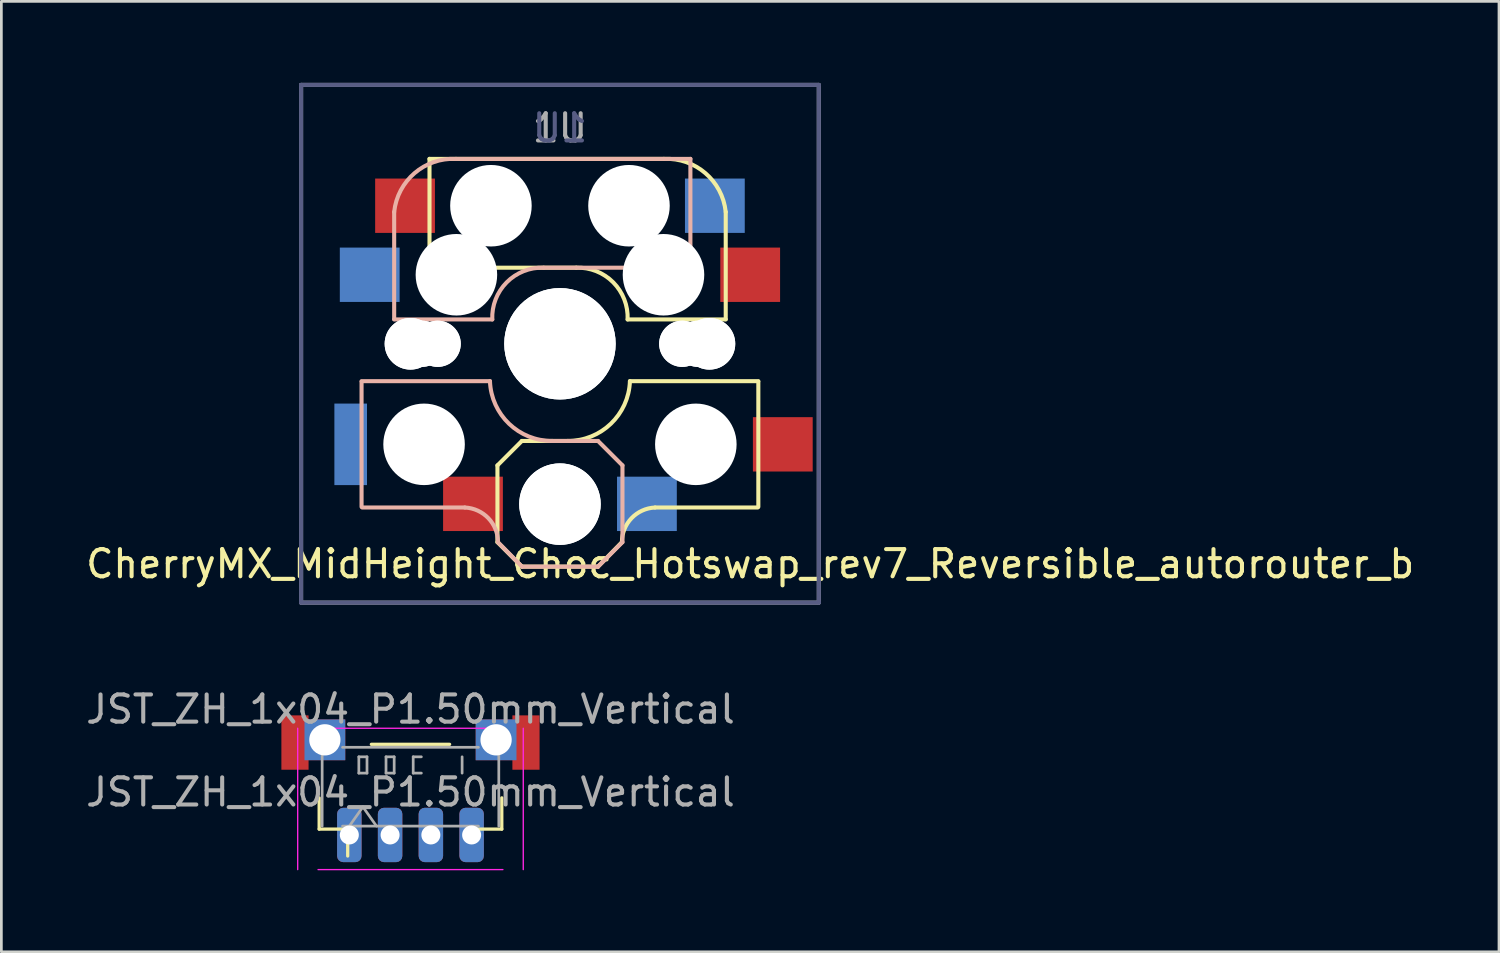
<source format=kicad_pcb>
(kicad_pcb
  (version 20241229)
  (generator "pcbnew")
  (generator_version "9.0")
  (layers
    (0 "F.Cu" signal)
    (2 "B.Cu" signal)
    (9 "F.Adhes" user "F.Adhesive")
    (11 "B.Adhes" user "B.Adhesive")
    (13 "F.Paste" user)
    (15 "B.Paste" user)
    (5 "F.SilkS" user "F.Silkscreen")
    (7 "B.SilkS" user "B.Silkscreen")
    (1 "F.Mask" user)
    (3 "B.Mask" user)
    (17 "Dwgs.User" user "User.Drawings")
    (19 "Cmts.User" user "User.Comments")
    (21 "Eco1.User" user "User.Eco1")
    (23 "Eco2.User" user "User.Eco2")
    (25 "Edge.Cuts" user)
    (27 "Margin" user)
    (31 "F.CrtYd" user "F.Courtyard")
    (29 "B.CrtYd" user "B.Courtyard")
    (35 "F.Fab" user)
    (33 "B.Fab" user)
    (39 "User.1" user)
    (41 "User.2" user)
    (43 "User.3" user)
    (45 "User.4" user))
  (footprint "JST_ZH_1x04_P1.50mm_Vertical"
    (layer "F.Cu")
    (at 12.054 26.673)
    (property "Reference" "JST_ZH_1x04_P1.50mm_Vertical" (at 0 -3.625 0) (layer "F.Fab") (effects (font (size 1 1) (thickness 0.15))))
    (attr smd)
    (fp_line (start -3.36 -0.365) (end -3.36 0.785) (stroke (width 0.12) (type solid)) (layer "F.SilkS"))
    (fp_line (start -3.36 0.785) (end -2.31 0.785) (stroke (width 0.12) (type solid)) (layer "F.SilkS"))
    (fp_line (start -2.31 0.785) (end -2.31 1.775) (stroke (width 0.12) (type solid)) (layer "F.SilkS"))
    (fp_line (start -1.44 -2.335) (end 1.44 -2.335) (stroke (width 0.12) (type solid)) (layer "F.SilkS"))
    (fp_line (start 3.36 -0.365) (end 3.36 0.785) (stroke (width 0.12) (type solid)) (layer "F.SilkS"))
    (fp_line (start 3.36 0.785) (end 2.31 0.785) (stroke (width 0.12) (type solid)) (layer "F.SilkS"))
    (fp_line (start -4.15 -2.925) (end -4.15 2.275) (stroke (width 0.05) (type solid)) (layer "F.CrtYd"))
    (fp_line (start -3.4 2.275) (end 3.4 2.275) (stroke (width 0.05) (type solid)) (layer "F.CrtYd"))
    (fp_line (start 3.4 -2.925) (end -3.4 -2.925) (stroke (width 0.05) (type solid)) (layer "F.CrtYd"))
    (fp_line (start 4.15 2.275) (end 4.15 -2.925) (stroke (width 0.05) (type solid)) (layer "F.CrtYd"))
    (fp_line (start -3.25 0.675) (end -3.25 -2.225) (stroke (width 0.1) (type solid)) (layer "F.Fab"))
    (fp_line (start -2.5 -2.225) (end 2.5 -2.225) (stroke (width 0.1) (type solid)) (layer "F.Fab"))
    (fp_line (start -2.5 0.675) (end 2.5 0.675) (stroke (width 0.1) (type solid)) (layer "F.Fab"))
    (fp_line (start -2.25 0.675) (end -1.75 -0.032) (stroke (width 0.1) (type solid)) (layer "F.Fab"))
    (fp_line (start -1.9 -1.875) (end -1.9 -1.275) (stroke (width 0.1) (type solid)) (layer "F.Fab"))
    (fp_line (start -1.9 -1.275) (end -1.6 -1.275) (stroke (width 0.1) (type solid)) (layer "F.Fab"))
    (fp_line (start -1.75 -0.032) (end -1.25 0.675) (stroke (width 0.1) (type solid)) (layer "F.Fab"))
    (fp_line (start -1.6 -1.875) (end -1.9 -1.875) (stroke (width 0.1) (type solid)) (layer "F.Fab"))
    (fp_line (start -1.6 -1.275) (end -1.6 -1.875) (stroke (width 0.1) (type solid)) (layer "F.Fab"))
    (fp_line (start -0.9 -1.875) (end -0.9 -1.275) (stroke (width 0.1) (type solid)) (layer "F.Fab"))
    (fp_line (start -0.9 -1.275) (end -0.6 -1.275) (stroke (width 0.1) (type solid)) (layer "F.Fab"))
    (fp_line (start -0.6 -1.875) (end -0.9 -1.875) (stroke (width 0.1) (type solid)) (layer "F.Fab"))
    (fp_line (start -0.6 -1.275) (end -0.6 -1.875) (stroke (width 0.1) (type solid)) (layer "F.Fab"))
    (fp_line (start 0.1 -1.875) (end 0.1 -1.275) (stroke (width 0.1) (type solid)) (layer "F.Fab"))
    (fp_line (start 0.1 -1.275) (end 0.4 -1.275) (stroke (width 0.1) (type solid)) (layer "F.Fab"))
    (fp_line (start 0.4 -1.875) (end 0.1 -1.875) (stroke (width 0.1) (type solid)) (layer "F.Fab"))
    (fp_line (start 1.9 -1.275) (end 1.9 -1.875) (stroke (width 0.1) (type solid)) (layer "F.Fab"))
    (fp_line (start 3.25 0.675) (end 3.25 -2.225) (stroke (width 0.1) (type solid)) (layer "F.Fab"))
    (fp_text user "${REFERENCE}" (at 0 -0.575 0) (layer "F.Fab") (effects (font (size 1 1) (thickness 0.15))))
    (pad "1" thru_hole roundrect (at -2.25 1) (size 0.9 2) (drill 0.7) (layers "*.Cu" "*.Mask") (roundrect_rratio 0.25))
    (pad "2" thru_hole roundrect (at -0.75 1) (size 0.9 2) (drill 0.7) (layers "*.Cu" "*.Mask") (roundrect_rratio 0.25))
    (pad "3" thru_hole roundrect (at 0.75 1) (size 0.9 2) (drill 0.7) (layers "*.Cu" "*.Mask") (roundrect_rratio 0.25))
    (pad "4" thru_hole roundrect (at 2.25 1) (size 0.9 2) (drill 0.7) (layers "*.Cu" "*.Mask") (roundrect_rratio 0.25))
    (pad "MP" smd rect (at -4.25 -2.4) (size 1 2) (layers "F.Cu" "F.Mask" "F.Paste"))
    (pad "MP" thru_hole rect (at -3.15 -2.5) (size 1.5 1.5) (drill 1.15) (layers "*.Cu" "*.Mask"))
    (pad "MP" thru_hole rect (at 3.15 -2.5) (size 1.5 1.5) (drill 1.15) (layers "*.Cu" "*.Mask"))
    (pad "MP" smd rect (at 4.25 -2.4) (size 1 2) (layers "F.Cu" "F.Mask" "F.Paste")))
  (footprint "CherryMX_MidHeight_Choc_Hotswap_rev7_Reversible_autorouter_b"
    (layer "F.Cu")
    (at 17.554 9.6)
    (property "Reference" "CherryMX_MidHeight_Choc_Hotswap_rev7_Reversible_autorouter_b" (at 7 8.1 0) (layer "F.SilkS") (effects (font (size 1 1) (thickness 0.15))))
    (fp_line (start -4.8 -6.804) (end 3.825 -6.804) (stroke (width 0.15) (type solid)) (layer "F.SilkS"))
    (fp_line (start -4.8 -2.8) (end -4.8 -6.804) (stroke (width 0.15) (type solid)) (layer "F.SilkS"))
    (fp_line (start -4.8 -2.8) (end 0.6 -2.8) (stroke (width 0.15) (type solid)) (layer "F.SilkS"))
    (fp_line (start -2.3 4.475) (end -2.3 7.3) (stroke (width 0.15) (type solid)) (layer "F.SilkS"))
    (fp_line (start -2.3 4.475) (end -1.4 3.575) (stroke (width 0.15) (type solid)) (layer "F.SilkS"))
    (fp_line (start -2.3 7.3) (end -1.4 8.2) (stroke (width 0.15) (type solid)) (layer "F.SilkS"))
    (fp_line (start -1.4 3.575) (end 0.275 3.575) (stroke (width 0.15) (type solid)) (layer "F.SilkS"))
    (fp_line (start -1.4 8.2) (end 1.4 8.2) (stroke (width 0.15) (type solid)) (layer "F.SilkS"))
    (fp_line (start 2.28 7.3) (end 1.4 8.2) (stroke (width 0.15) (type solid)) (layer "F.SilkS"))
    (fp_line (start 2.575 1.375) (end 7.3 1.375) (stroke (width 0.15) (type solid)) (layer "F.SilkS"))
    (fp_line (start 3.5 6.025) (end 7.275 6.025) (stroke (width 0.15) (type solid)) (layer "F.SilkS"))
    (fp_line (start 6.1 -4.85) (end 6.1 -0.905) (stroke (width 0.15) (type solid)) (layer "F.SilkS"))
    (fp_line (start 6.1 -0.896) (end 2.49 -0.896) (stroke (width 0.15) (type solid)) (layer "F.SilkS"))
    (fp_line (start 7.3 1.4) (end 7.3 6) (stroke (width 0.15) (type solid)) (layer "F.SilkS"))
    (fp_arc (start 0.6 -2.8) (mid 1.960305 -2.260251) (end 2.49 -0.896) (stroke (width 0.15) (type solid)) (layer "F.SilkS"))
    (fp_arc (start 2.28 7.3) (mid 2.633993 6.417536) (end 3.5 6.025) (stroke (width 0.15) (type solid)) (layer "F.SilkS"))
    (fp_arc (start 2.575 1.375) (mid 1.872559 2.942903) (end 0.275 3.575) (stroke (width 0.15) (type solid)) (layer "F.SilkS"))
    (fp_arc (start 3.825 -6.804) (mid 5.3507 -6.278973) (end 6.1 -4.85) (stroke (width 0.15) (type solid)) (layer "F.SilkS"))
    (fp_line (start -7.3 1.4) (end -7.3 6) (stroke (width 0.15) (type solid)) (layer "B.SilkS"))
    (fp_line (start -6.1 -4.85) (end -6.1 -0.905) (stroke (width 0.15) (type solid)) (layer "B.SilkS"))
    (fp_line (start -6.1 -0.896) (end -2.49 -0.896) (stroke (width 0.15) (type solid)) (layer "B.SilkS"))
    (fp_line (start -3.5 6.025) (end -7.275 6.025) (stroke (width 0.15) (type solid)) (layer "B.SilkS"))
    (fp_line (start -2.575 1.375) (end -7.3 1.375) (stroke (width 0.15) (type solid)) (layer "B.SilkS"))
    (fp_line (start -2.28 7.3) (end -1.4 8.2) (stroke (width 0.15) (type solid)) (layer "B.SilkS"))
    (fp_line (start 1.4 3.575) (end -0.275 3.575) (stroke (width 0.15) (type solid)) (layer "B.SilkS"))
    (fp_line (start 1.4 3.575) (end 2.3 4.475) (stroke (width 0.15) (type solid)) (layer "B.SilkS"))
    (fp_line (start 1.4 8.2) (end -1.4 8.2) (stroke (width 0.15) (type solid)) (layer "B.SilkS"))
    (fp_line (start 2.3 4.475) (end 2.3 7.3) (stroke (width 0.15) (type solid)) (layer "B.SilkS"))
    (fp_line (start 2.3 7.3) (end 1.4 8.2) (stroke (width 0.15) (type solid)) (layer "B.SilkS"))
    (fp_line (start 4.8 -6.804) (end -3.825 -6.804) (stroke (width 0.15) (type solid)) (layer "B.SilkS"))
    (fp_line (start 4.8 -2.8) (end -0.6 -2.8) (stroke (width 0.15) (type solid)) (layer "B.SilkS"))
    (fp_line (start 4.8 -2.8) (end 4.8 -6.804) (stroke (width 0.15) (type solid)) (layer "B.SilkS"))
    (fp_arc (start -6.1 -4.85) (mid -5.3507 -6.278973) (end -3.825 -6.804) (stroke (width 0.15) (type solid)) (layer "B.SilkS"))
    (fp_arc (start -3.5 6.025) (mid -2.633993 6.417536) (end -2.28 7.3) (stroke (width 0.15) (type solid)) (layer "B.SilkS"))
    (fp_arc (start -2.49 -0.896) (mid -1.960305 -2.260251) (end -0.6 -2.8) (stroke (width 0.15) (type solid)) (layer "B.SilkS"))
    (fp_arc (start -0.275 3.575) (mid -1.872559 2.942903) (end -2.575 1.375) (stroke (width 0.15) (type solid)) (layer "B.SilkS"))
    (fp_line (start -9.525 -9.525) (end -9.525 9.525) (stroke (width 0.15) (type solid)) (layer "B.Fab"))
    (fp_line (start -9.525 9.525) (end 9.525 9.525) (stroke (width 0.15) (type solid)) (layer "B.Fab"))
    (fp_line (start 9.525 -9.525) (end -9.525 -9.525) (stroke (width 0.15) (type solid)) (layer "B.Fab"))
    (fp_line (start 9.525 9.525) (end 9.525 -9.525) (stroke (width 0.15) (type solid)) (layer "B.Fab"))
    (fp_line (start -9.525 -9.525) (end 9.525 -9.525) (stroke (width 0.15) (type solid)) (layer "F.Fab"))
    (fp_line (start -9.525 9.525) (end -9.525 -9.525) (stroke (width 0.15) (type solid)) (layer "F.Fab"))
    (fp_line (start 9.525 -9.525) (end 9.525 9.525) (stroke (width 0.15) (type solid)) (layer "F.Fab"))
    (fp_line (start 9.525 9.525) (end -9.525 9.525) (stroke (width 0.15) (type solid)) (layer "F.Fab"))
    (fp_text user "1U" (at 0 -7.938 0) (layer "B.Fab") (effects (font (size 1 1) (thickness 0.15)) (justify mirror)))
    (fp_text user "1U" (at 0 -7.938 0) (layer "F.Fab") (effects (font (size 1 1) (thickness 0.15))))
    (pad "" np_thru_hole circle (at -5.5 0 270) (size 1.9 1.9) (drill 1.9) (layers "*.Cu" "*.Mask"))
    (pad "" np_thru_hole circle (at -5.5 0 90) (size 1.9 1.9) (drill 1.9) (layers "*.Cu" "*.Mask"))
    (pad "" np_thru_hole circle (at -5.08 0) (size 1.7 1.7) (drill 1.7) (layers "*.Cu" "*.Mask"))
    (pad "" np_thru_hole circle (at -5.08 0) (size 1.7 1.7) (drill 1.7) (layers "*.Cu" "*.Mask"))
    (pad "" np_thru_hole circle (at -5 3.7 90) (size 3 3) (drill 3) (layers "*.Cu" "*.Mask"))
    (pad "" np_thru_hole circle (at -4.5 0) (size 1.7 1.7) (drill 1.7) (layers "*.Cu" "*.Mask"))
    (pad "" np_thru_hole circle (at -4.5 0) (size 1.7 1.7) (drill 1.7) (layers "*.Cu" "*.Mask"))
    (pad "" np_thru_hole circle (at -3.81 -2.54 180) (size 3 3) (drill 3) (layers "*.Cu" "*.Mask"))
    (pad "" np_thru_hole circle (at -2.54 -5.08 180) (size 3 3) (drill 3) (layers "*.Cu" "*.Mask"))
    (pad "" np_thru_hole circle (at 0 0 270) (size 4.1 4.1) (drill 4.1) (layers "*.Cu" "*.Mask"))
    (pad "" np_thru_hole circle (at 0 0 90) (size 4.1 4.1) (drill 4.1) (layers "*.Cu" "*.Mask"))
    (pad "" np_thru_hole circle (at 0 5.9 90) (size 3 3) (drill 3) (layers "*.Cu" "*.Mask"))
    (pad "" np_thru_hole circle (at 0 5.9 270) (size 3 3) (drill 3) (layers "*.Cu" "*.Mask"))
    (pad "" np_thru_hole circle (at 2.54 -5.08 180) (size 3 3) (drill 3) (layers "*.Cu" "*.Mask"))
    (pad "" np_thru_hole circle (at 3.81 -2.54 180) (size 3 3) (drill 3) (layers "*.Cu" "*.Mask"))
    (pad "" np_thru_hole circle (at 4.5 0) (size 1.7 1.7) (drill 1.7) (layers "*.Cu" "*.Mask"))
    (pad "" np_thru_hole circle (at 4.5 0) (size 1.7 1.7) (drill 1.7) (layers "*.Cu" "*.Mask"))
    (pad "" np_thru_hole circle (at 5 3.7 270) (size 3 3) (drill 3) (layers "*.Cu" "*.Mask"))
    (pad "" np_thru_hole circle (at 5.08 0) (size 1.7 1.7) (drill 1.7) (layers "*.Cu" "*.Mask"))
    (pad "" np_thru_hole circle (at 5.08 0) (size 1.7 1.7) (drill 1.7) (layers "*.Cu" "*.Mask"))
    (pad "" np_thru_hole circle (at 5.5 0 270) (size 1.9 1.9) (drill 1.9) (layers "*.Cu" "*.Mask"))
    (pad "" np_thru_hole circle (at 5.5 0 90) (size 1.9 1.9) (drill 1.9) (layers "*.Cu" "*.Mask"))
    (pad "1" smd rect (at -7.7 3.7) (size 1.2 3) (layers "B.Cu" "B.Mask" "B.Paste"))
    (pad "1" smd rect (at -7 -2.54) (size 2.2 2) (layers "B.Cu" "B.Mask" "B.Paste"))
    (pad "1" smd rect (at 7 -2.54) (size 2.2 2) (layers "F.Cu" "F.Mask" "F.Paste"))
    (pad "1" smd rect (at 8.2 3.7) (size 2.2 2) (layers "F.Cu" "F.Mask" "F.Paste"))
    (pad "2" smd rect (at -5.7 -5.08) (size 2.2 2) (layers "F.Cu" "F.Mask" "F.Paste"))
    (pad "2" smd rect (at -3.2 5.89) (size 2.2 2) (layers "F.Cu" "F.Mask" "F.Paste"))
    (pad "2" smd rect (at 3.2 5.89) (size 2.2 2) (layers "B.Cu" "B.Mask" "B.Paste"))
    (pad "2" smd rect (at 5.7 -5.08) (size 2.2 2) (layers "B.Cu" "B.Mask" "B.Paste")))
  (gr_rect
    (start -3 -3)
    (end 52.107 31.973)
    (stroke (width 0.1) (type default))
    (fill no)
    (layer "Edge.Cuts")))
</source>
